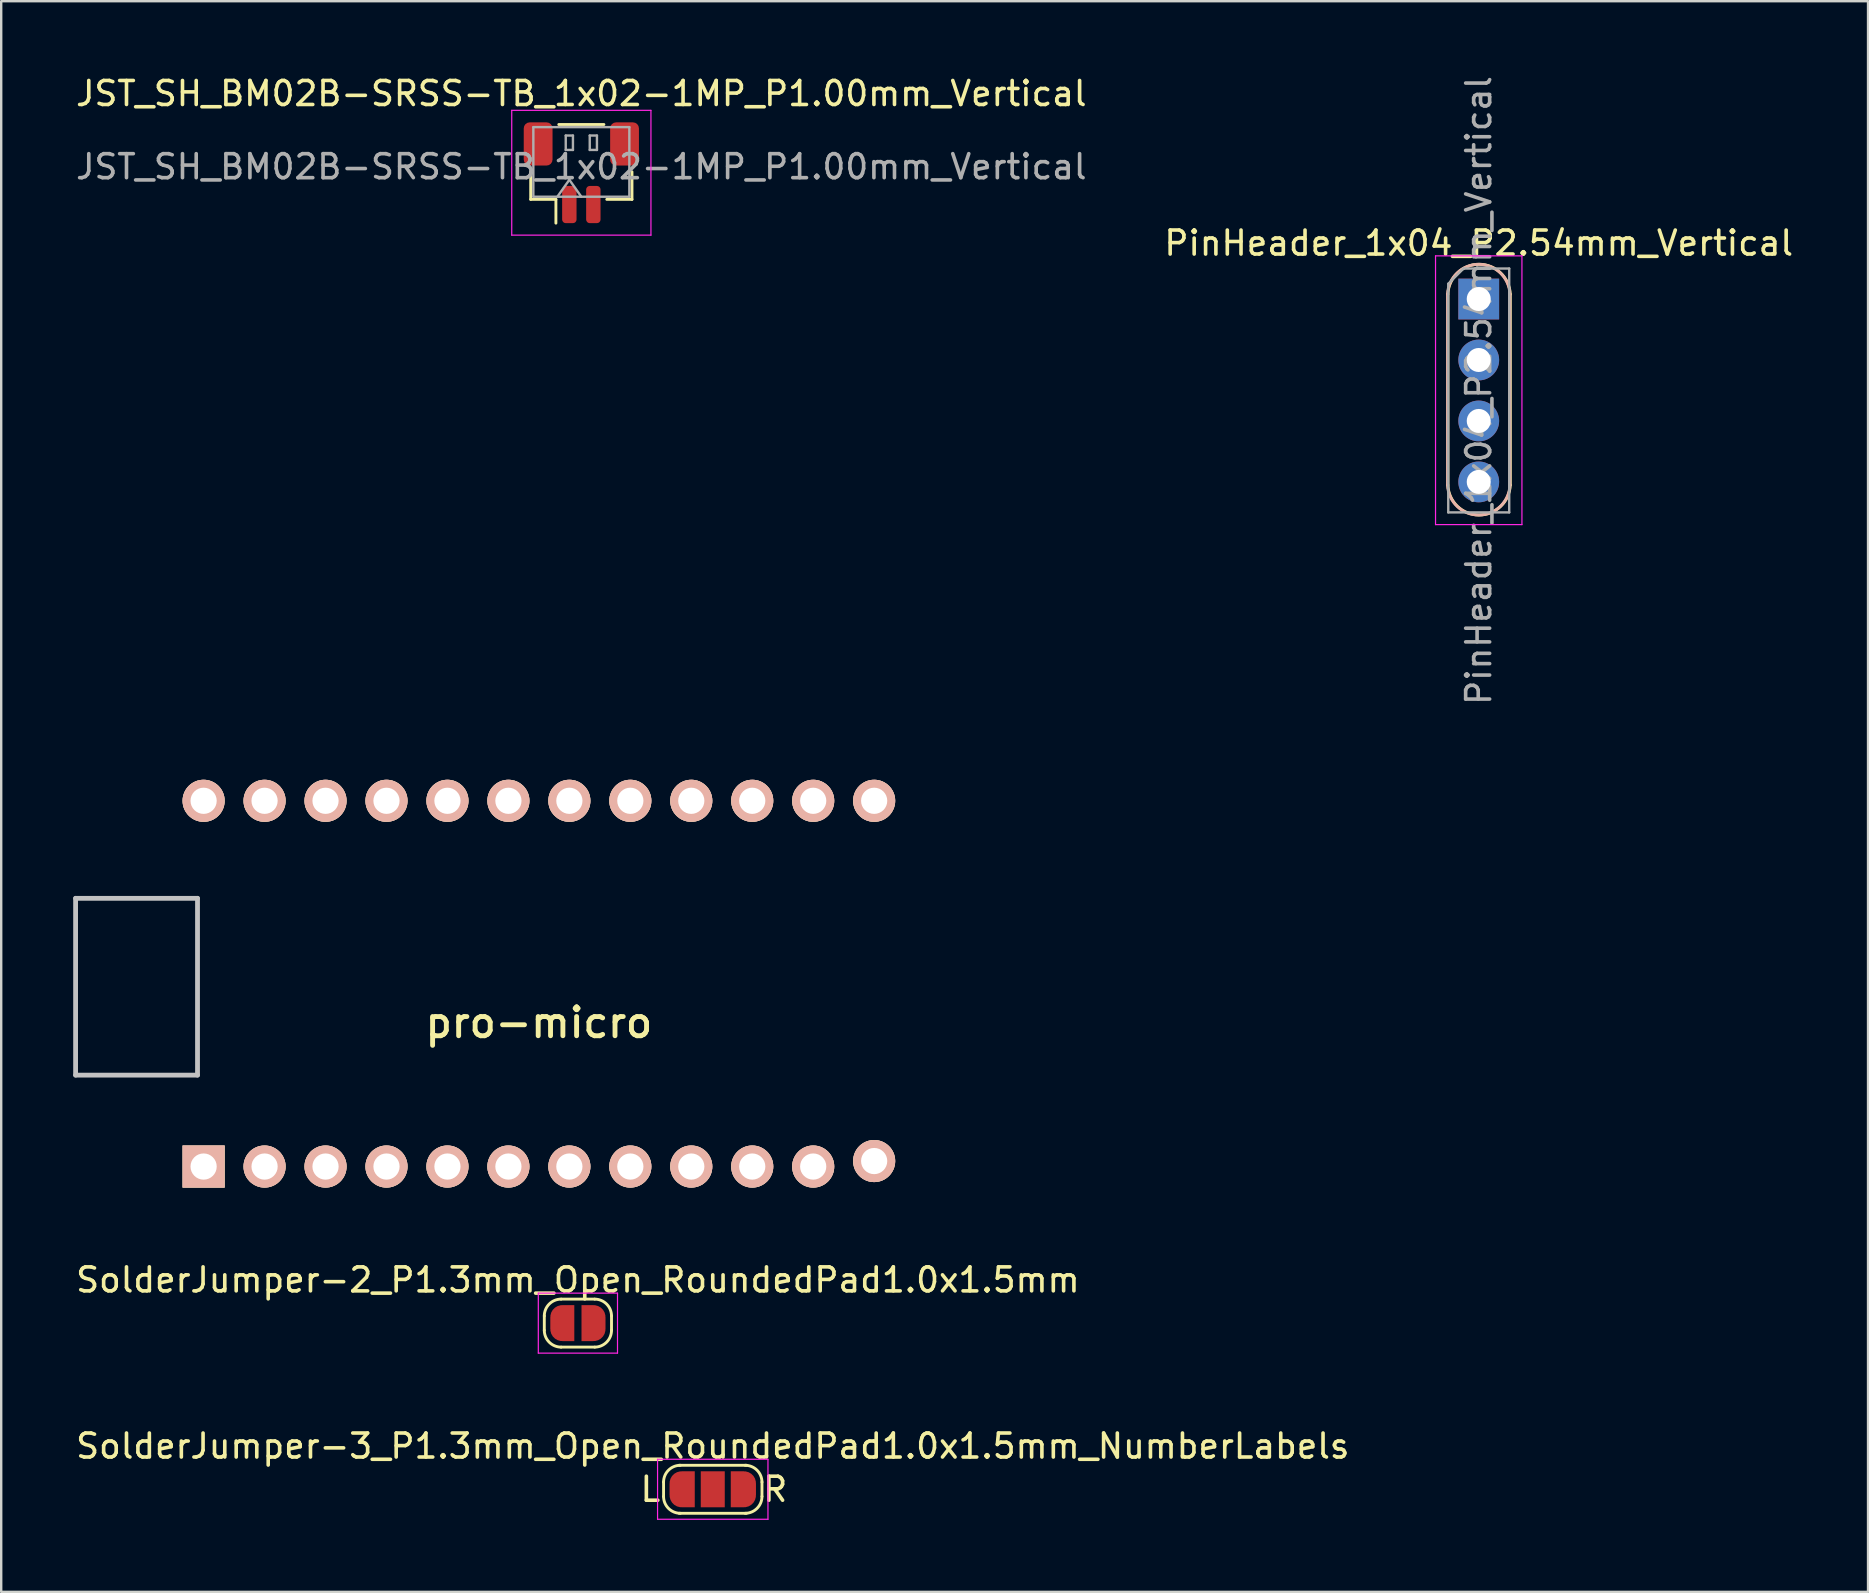
<source format=kicad_pcb>
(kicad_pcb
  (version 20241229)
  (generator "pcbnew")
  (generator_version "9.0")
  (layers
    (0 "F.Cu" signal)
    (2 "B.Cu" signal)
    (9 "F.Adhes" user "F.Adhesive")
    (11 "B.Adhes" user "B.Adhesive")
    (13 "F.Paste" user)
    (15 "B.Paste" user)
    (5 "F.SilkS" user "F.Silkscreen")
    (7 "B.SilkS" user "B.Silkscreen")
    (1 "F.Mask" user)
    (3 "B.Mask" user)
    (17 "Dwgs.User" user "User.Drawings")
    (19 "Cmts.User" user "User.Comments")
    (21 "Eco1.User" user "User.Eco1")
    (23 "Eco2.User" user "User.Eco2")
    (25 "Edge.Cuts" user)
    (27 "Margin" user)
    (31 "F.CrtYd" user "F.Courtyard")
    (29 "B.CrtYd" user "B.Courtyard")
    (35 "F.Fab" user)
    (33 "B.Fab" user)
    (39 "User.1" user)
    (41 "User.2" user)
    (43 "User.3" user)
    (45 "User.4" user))
  (footprint "PinHeader_1x04_P2.54mm_Vertical"
    (layer "F.Cu")
    (at 58.565 9.41)
    (property "Reference" "PinHeader_1x04_P2.54mm_Vertical" (at 0 -2.33 0) (layer "F.SilkS") (effects (font (size 1 1) (thickness 0.15))))
    (attr through_hole)
    (fp_line (start -1.285 -0.201) (end -1.285 7.75) (stroke (width 0.12) (type solid)) (layer "F.SilkS"))
    (fp_line (start 1.315 -0.199) (end 1.315 7.752) (stroke (width 0.12) (type solid)) (layer "F.SilkS"))
    (fp_arc (start -1.285344 -0.201036) (mid 0.015576 -1.45) (end 1.314577 -0.199039) (stroke (width 0.12) (type solid)) (layer "F.SilkS"))
    (fp_arc (start 1.314577 7.751997) (mid 0.013657 9.000962) (end -1.285344 7.75) (stroke (width 0.12) (type solid)) (layer "F.SilkS"))
    (fp_line (start -1.3 -0.198) (end -1.3 7.752) (stroke (width 0.12) (type solid)) (layer "B.SilkS"))
    (fp_line (start 1.3 -0.2) (end 1.3 7.75) (stroke (width 0.12) (type solid)) (layer "B.SilkS"))
    (fp_arc (start -1.299921 -0.198003) (mid -0.00092 -1.448964) (end 1.3 -0.2) (stroke (width 0.12) (type solid)) (layer "B.SilkS"))
    (fp_arc (start 1.3 7.75) (mid 0.000999 9.000962) (end -1.299921 7.751997) (stroke (width 0.12) (type solid)) (layer "B.SilkS"))
    (fp_line (start -1.8 -1.8) (end -1.8 9.4) (stroke (width 0.05) (type solid)) (layer "F.CrtYd"))
    (fp_line (start -1.8 9.4) (end 1.8 9.4) (stroke (width 0.05) (type solid)) (layer "F.CrtYd"))
    (fp_line (start 1.8 -1.8) (end -1.8 -1.8) (stroke (width 0.05) (type solid)) (layer "F.CrtYd"))
    (fp_line (start 1.8 9.4) (end 1.8 -1.8) (stroke (width 0.05) (type solid)) (layer "F.CrtYd"))
    (fp_line (start -1.27 -0.635) (end -0.635 -1.27) (stroke (width 0.1) (type solid)) (layer "F.Fab"))
    (fp_line (start -1.27 8.89) (end -1.27 -0.635) (stroke (width 0.1) (type solid)) (layer "F.Fab"))
    (fp_line (start -0.635 -1.27) (end 1.27 -1.27) (stroke (width 0.1) (type solid)) (layer "F.Fab"))
    (fp_line (start 1.27 -1.27) (end 1.27 8.89) (stroke (width 0.1) (type solid)) (layer "F.Fab"))
    (fp_line (start 1.27 8.89) (end -1.27 8.89) (stroke (width 0.1) (type solid)) (layer "F.Fab"))
    (fp_text user "${REFERENCE}" (at 0 3.81 270) (layer "F.Fab") (effects (font (size 1 1) (thickness 0.15))))
    (pad "1" thru_hole rect (at 0 0) (size 1.7 1.7) (drill 1) (layers "*.Cu" "*.Mask"))
    (pad "2" thru_hole oval (at 0 2.54) (size 1.7 1.7) (drill 1) (layers "*.Cu" "*.Mask"))
    (pad "3" thru_hole oval (at 0 5.08) (size 1.7 1.7) (drill 1) (layers "*.Cu" "*.Mask"))
    (pad "4" thru_hole oval (at 0 7.62) (size 1.7 1.7) (drill 1) (layers "*.Cu" "*.Mask")))
  (footprint "pro-micro"
    (layer "F.Cu")
    (at 19.404 37.937)
    (property "Reference" "pro-micro" (at 0 1.625 0) (layer "F.SilkS") (effects (font (size 1.2 1.2) (thickness 0.203))))
    (attr through_hole)
    (fp_line (start -19.304 -3.556) (end -14.224 -3.556) (stroke (width 0.2) (type solid)) (layer "Dwgs.User"))
    (fp_line (start -19.304 3.81) (end -19.304 -3.556) (stroke (width 0.2) (type solid)) (layer "Dwgs.User"))
    (fp_line (start -14.224 -3.556) (end -14.224 3.81) (stroke (width 0.2) (type solid)) (layer "Dwgs.User"))
    (fp_line (start -14.224 3.81) (end -19.304 3.81) (stroke (width 0.2) (type solid)) (layer "Dwgs.User"))
    (pad "1" thru_hole rect (at -13.97 7.62) (size 1.753 1.753) (drill 1.092) (layers "*.Cu" "*.SilkS" "*.Mask"))
    (pad "2" thru_hole circle (at -11.43 7.62) (size 1.753 1.753) (drill 1.092) (layers "*.Cu" "*.SilkS" "*.Mask"))
    (pad "3" thru_hole circle (at -8.89 7.62) (size 1.753 1.753) (drill 1.092) (layers "*.Cu" "*.SilkS" "*.Mask"))
    (pad "4" thru_hole circle (at -6.35 7.62) (size 1.753 1.753) (drill 1.092) (layers "*.Cu" "*.SilkS" "*.Mask"))
    (pad "5" thru_hole circle (at -3.81 7.62) (size 1.753 1.753) (drill 1.092) (layers "*.Cu" "*.SilkS" "*.Mask"))
    (pad "6" thru_hole circle (at -1.27 7.62) (size 1.753 1.753) (drill 1.092) (layers "*.Cu" "*.SilkS" "*.Mask"))
    (pad "7" thru_hole circle (at 1.27 7.62) (size 1.753 1.753) (drill 1.092) (layers "*.Cu" "*.SilkS" "*.Mask"))
    (pad "8" thru_hole circle (at 3.81 7.62) (size 1.753 1.753) (drill 1.092) (layers "*.Cu" "*.SilkS" "*.Mask"))
    (pad "9" thru_hole circle (at 6.35 7.62) (size 1.753 1.753) (drill 1.092) (layers "*.Cu" "*.SilkS" "*.Mask"))
    (pad "10" thru_hole circle (at 8.89 7.62) (size 1.753 1.753) (drill 1.092) (layers "*.Cu" "*.SilkS" "*.Mask"))
    (pad "11" thru_hole circle (at 11.43 7.62) (size 1.753 1.753) (drill 1.092) (layers "*.Cu" "*.SilkS" "*.Mask"))
    (pad "12" thru_hole circle (at 13.97 7.391) (size 1.753 1.753) (drill 1.092) (layers "*.Cu" "*.SilkS" "*.Mask"))
    (pad "13" thru_hole circle (at 13.97 -7.62) (size 1.753 1.753) (drill 1.092) (layers "*.Cu" "*.SilkS" "*.Mask"))
    (pad "14" thru_hole circle (at 11.43 -7.62) (size 1.753 1.753) (drill 1.092) (layers "*.Cu" "*.SilkS" "*.Mask"))
    (pad "15" thru_hole circle (at 8.89 -7.62) (size 1.753 1.753) (drill 1.092) (layers "*.Cu" "*.SilkS" "*.Mask"))
    (pad "16" thru_hole circle (at 6.35 -7.62) (size 1.753 1.753) (drill 1.092) (layers "*.Cu" "*.SilkS" "*.Mask"))
    (pad "17" thru_hole circle (at 3.81 -7.62) (size 1.753 1.753) (drill 1.092) (layers "*.Cu" "*.SilkS" "*.Mask"))
    (pad "18" thru_hole circle (at 1.27 -7.62) (size 1.753 1.753) (drill 1.092) (layers "*.Cu" "*.SilkS" "*.Mask"))
    (pad "19" thru_hole circle (at -1.27 -7.62) (size 1.753 1.753) (drill 1.092) (layers "*.Cu" "*.SilkS" "*.Mask"))
    (pad "20" thru_hole circle (at -3.81 -7.62) (size 1.753 1.753) (drill 1.092) (layers "*.Cu" "*.SilkS" "*.Mask"))
    (pad "21" thru_hole circle (at -6.35 -7.62) (size 1.753 1.753) (drill 1.092) (layers "*.Cu" "*.SilkS" "*.Mask"))
    (pad "22" thru_hole circle (at -8.89 -7.62) (size 1.753 1.753) (drill 1.092) (layers "*.Cu" "*.SilkS" "*.Mask"))
    (pad "23" thru_hole circle (at -11.43 -7.62) (size 1.753 1.753) (drill 1.092) (layers "*.Cu" "*.SilkS" "*.Mask"))
    (pad "24" thru_hole circle (at -13.97 -7.62) (size 1.753 1.753) (drill 1.092) (layers "*.Cu" "*.SilkS" "*.Mask")))
  (footprint "JST_SH_BM02B-SRSS-TB_1x02-1MP_P1.00mm_Vertical"
    (layer "F.Cu")
    (at 21.173 4.148)
    (property "Reference" "JST_SH_BM02B-SRSS-TB_1x02-1MP_P1.00mm_Vertical" (at 0 -3.3 0) (layer "F.SilkS") (effects (font (size 1 1) (thickness 0.15))))
    (attr smd)
    (fp_line (start -2.11 -0.04) (end -2.11 1.11) (stroke (width 0.12) (type solid)) (layer "F.SilkS"))
    (fp_line (start -2.11 1.11) (end -1.06 1.11) (stroke (width 0.12) (type solid)) (layer "F.SilkS"))
    (fp_line (start -1.06 1.11) (end -1.06 2.1) (stroke (width 0.12) (type solid)) (layer "F.SilkS"))
    (fp_line (start -0.94 -2.01) (end 0.94 -2.01) (stroke (width 0.12) (type solid)) (layer "F.SilkS"))
    (fp_line (start 2.11 -0.04) (end 2.11 1.11) (stroke (width 0.12) (type solid)) (layer "F.SilkS"))
    (fp_line (start 2.11 1.11) (end 1.06 1.11) (stroke (width 0.12) (type solid)) (layer "F.SilkS"))
    (fp_line (start -2.9 -2.6) (end -2.9 2.6) (stroke (width 0.05) (type solid)) (layer "F.CrtYd"))
    (fp_line (start -2.9 2.6) (end 2.9 2.6) (stroke (width 0.05) (type solid)) (layer "F.CrtYd"))
    (fp_line (start 2.9 -2.6) (end -2.9 -2.6) (stroke (width 0.05) (type solid)) (layer "F.CrtYd"))
    (fp_line (start 2.9 2.6) (end 2.9 -2.6) (stroke (width 0.05) (type solid)) (layer "F.CrtYd"))
    (fp_line (start -2 -1.9) (end 2 -1.9) (stroke (width 0.1) (type solid)) (layer "F.Fab"))
    (fp_line (start -2 1) (end -2 -1.9) (stroke (width 0.1) (type solid)) (layer "F.Fab"))
    (fp_line (start -2 1) (end 2 1) (stroke (width 0.1) (type solid)) (layer "F.Fab"))
    (fp_line (start -1 1) (end -0.5 0.293) (stroke (width 0.1) (type solid)) (layer "F.Fab"))
    (fp_line (start -0.65 -1.55) (end -0.65 -0.95) (stroke (width 0.1) (type solid)) (layer "F.Fab"))
    (fp_line (start -0.65 -0.95) (end -0.35 -0.95) (stroke (width 0.1) (type solid)) (layer "F.Fab"))
    (fp_line (start -0.5 0.293) (end 0 1) (stroke (width 0.1) (type solid)) (layer "F.Fab"))
    (fp_line (start -0.35 -1.55) (end -0.65 -1.55) (stroke (width 0.1) (type solid)) (layer "F.Fab"))
    (fp_line (start -0.35 -0.95) (end -0.35 -1.55) (stroke (width 0.1) (type solid)) (layer "F.Fab"))
    (fp_line (start 0.35 -1.55) (end 0.35 -0.95) (stroke (width 0.1) (type solid)) (layer "F.Fab"))
    (fp_line (start 0.35 -0.95) (end 0.65 -0.95) (stroke (width 0.1) (type solid)) (layer "F.Fab"))
    (fp_line (start 0.65 -1.55) (end 0.35 -1.55) (stroke (width 0.1) (type solid)) (layer "F.Fab"))
    (fp_line (start 0.65 -0.95) (end 0.65 -1.55) (stroke (width 0.1) (type solid)) (layer "F.Fab"))
    (fp_line (start 2 1) (end 2 -1.9) (stroke (width 0.1) (type solid)) (layer "F.Fab"))
    (fp_text user "${REFERENCE}" (at 0 -0.25 0) (layer "F.Fab") (effects (font (size 1 1) (thickness 0.15))))
    (pad "1" smd roundrect (at -0.5 1.325 180) (size 0.6 1.55) (layers "F.Cu" "F.Mask" "F.Paste") (roundrect_rratio 0.25))
    (pad "2" smd roundrect (at 0.5 1.325 180) (size 0.6 1.55) (layers "F.Cu" "F.Mask" "F.Paste") (roundrect_rratio 0.25))
    (pad "MP" smd roundrect (at -1.8 -1.2 180) (size 1.2 1.8) (layers "F.Cu" "F.Mask" "F.Paste") (roundrect_rratio 0.208))
    (pad "MP" smd roundrect (at 1.8 -1.2 180) (size 1.2 1.8) (layers "F.Cu" "F.Mask" "F.Paste") (roundrect_rratio 0.208)))
  (footprint "SolderJumper-2_P1.3mm_Open_RoundedPad1.0x1.5mm"
    (layer "F.Cu")
    (at 21.03 52.081)
    (property "Reference" "SolderJumper-2_P1.3mm_Open_RoundedPad1.0x1.5mm" (at 0 -1.8 180) (layer "F.SilkS") (effects (font (size 1 1) (thickness 0.15))))
    (attr exclude_from_pos_files)
    (fp_line (start -1.4 0.3) (end -1.4 -0.3) (stroke (width 0.12) (type solid)) (layer "F.SilkS"))
    (fp_line (start -0.7 -1) (end 0.7 -1) (stroke (width 0.12) (type solid)) (layer "F.SilkS"))
    (fp_line (start 0.7 1) (end -0.7 1) (stroke (width 0.12) (type solid)) (layer "F.SilkS"))
    (fp_line (start 1.4 -0.3) (end 1.4 0.3) (stroke (width 0.12) (type solid)) (layer "F.SilkS"))
    (fp_arc (start -1.4 -0.3) (mid -1.194975 -0.794975) (end -0.7 -1) (stroke (width 0.12) (type solid)) (layer "F.SilkS"))
    (fp_arc (start -0.7 1) (mid -1.194975 0.794975) (end -1.4 0.3) (stroke (width 0.12) (type solid)) (layer "F.SilkS"))
    (fp_arc (start 0.7 -1) (mid 1.194975 -0.794975) (end 1.4 -0.3) (stroke (width 0.12) (type solid)) (layer "F.SilkS"))
    (fp_arc (start 1.4 0.3) (mid 1.194975 0.794975) (end 0.7 1) (stroke (width 0.12) (type solid)) (layer "F.SilkS"))
    (fp_line (start -1.65 -1.25) (end -1.65 1.25) (stroke (width 0.05) (type solid)) (layer "F.CrtYd"))
    (fp_line (start -1.65 -1.25) (end 1.65 -1.25) (stroke (width 0.05) (type solid)) (layer "F.CrtYd"))
    (fp_line (start 1.65 1.25) (end -1.65 1.25) (stroke (width 0.05) (type solid)) (layer "F.CrtYd"))
    (fp_line (start 1.65 1.25) (end 1.65 -1.25) (stroke (width 0.05) (type solid)) (layer "F.CrtYd"))
    (pad "1" smd custom (at -0.65 0) (size 1 0.5) (layers "F.Cu" "F.Mask") (options (anchor rect)) (primitives (gr_circle (center 0 0.25) (end 0.5 0.25) (width 0) (fill yes)) (gr_circle (center 0 -0.25) (end 0.5 -0.25) (width 0) (fill yes)) (gr_poly (pts (xy 0.5 0.75) (xy 0 0.75) (xy 0 -0.75) (xy 0.5 -0.75)) (width 0) (fill yes))))
    (pad "2" smd custom (at 0.65 0) (size 1 0.5) (layers "F.Cu" "F.Mask") (options (anchor rect)) (primitives (gr_circle (center 0 0.25) (end 0.5 0.25) (width 0) (fill yes)) (gr_circle (center 0 -0.25) (end 0.5 -0.25) (width 0) (fill yes)) (gr_poly (pts (xy 0 0.75) (xy -0.5 0.75) (xy -0.5 -0.75) (xy 0 -0.75)) (width 0) (fill yes)))))
  (footprint "SolderJumper-3_P1.3mm_Open_RoundedPad1.0x1.5mm_NumberLabels"
    (layer "F.Cu")
    (at 26.649 59.005)
    (property "Reference" "SolderJumper-3_P1.3mm_Open_RoundedPad1.0x1.5mm_NumberLabels" (at 0 -1.8 0) (layer "F.SilkS") (effects (font (size 1 1) (thickness 0.15))))
    (attr exclude_from_pos_files)
    (fp_line (start -2.05 0.3) (end -2.05 -0.3) (stroke (width 0.12) (type solid)) (layer "F.SilkS"))
    (fp_line (start -1.4 -1) (end 1.4 -1) (stroke (width 0.12) (type solid)) (layer "F.SilkS"))
    (fp_line (start 1.4 1) (end -1.4 1) (stroke (width 0.12) (type solid)) (layer "F.SilkS"))
    (fp_line (start 2.05 -0.3) (end 2.05 0.3) (stroke (width 0.12) (type solid)) (layer "F.SilkS"))
    (fp_arc (start -2.05 -0.3) (mid -1.844975 -0.794975) (end -1.35 -1) (stroke (width 0.12) (type solid)) (layer "F.SilkS"))
    (fp_arc (start -1.35 1) (mid -1.844975 0.794975) (end -2.05 0.3) (stroke (width 0.12) (type solid)) (layer "F.SilkS"))
    (fp_arc (start 1.35 -1) (mid 1.844975 -0.794975) (end 2.05 -0.3) (stroke (width 0.12) (type solid)) (layer "F.SilkS"))
    (fp_arc (start 2.05 0.3) (mid 1.844975 0.794975) (end 1.35 1) (stroke (width 0.12) (type solid)) (layer "F.SilkS"))
    (fp_line (start -2.3 -1.25) (end -2.3 1.25) (stroke (width 0.05) (type solid)) (layer "F.CrtYd"))
    (fp_line (start -2.3 -1.25) (end 2.3 -1.25) (stroke (width 0.05) (type solid)) (layer "F.CrtYd"))
    (fp_line (start 2.3 1.25) (end -2.3 1.25) (stroke (width 0.05) (type solid)) (layer "F.CrtYd"))
    (fp_line (start 2.3 1.25) (end 2.3 -1.25) (stroke (width 0.05) (type solid)) (layer "F.CrtYd"))
    (fp_text user "R" (at 2.6 0 0) (layer "F.SilkS") (effects (font (size 1 1) (thickness 0.15))))
    (fp_text user "L" (at -2.6 0 0) (layer "F.SilkS") (effects (font (size 1 1) (thickness 0.15))))
    (pad "1" smd custom (at -1.3 0) (size 1 0.5) (layers "F.Cu" "F.Mask") (options (anchor rect)) (primitives (gr_circle (center 0 0.25) (end 0.5 0.25) (width 0) (fill yes)) (gr_circle (center 0 -0.25) (end 0.5 -0.25) (width 0) (fill yes)) (gr_poly (pts (xy 0.55 0.75) (xy 0 0.75) (xy 0 -0.75) (xy 0.55 -0.75)) (width 0) (fill yes))))
    (pad "2" smd rect (at 0 0) (size 1 1.5) (layers "F.Cu" "F.Mask"))
    (pad "3" smd custom (at 1.3 0) (size 1 0.5) (layers "F.Cu" "F.Mask") (options (anchor rect)) (primitives (gr_circle (center 0 0.25) (end 0.5 0.25) (width 0) (fill yes)) (gr_circle (center 0 -0.25) (end 0.5 -0.25) (width 0) (fill yes)) (gr_poly (pts (xy 0 0.75) (xy -0.55 0.75) (xy -0.55 -0.75) (xy 0 -0.75)) (width 0) (fill yes)))))
  (gr_rect
    (start -3 -3)
    (end 74.786 63.28)
    (stroke (width 0.1) (type default))
    (fill no)
    (layer "Edge.Cuts")))
</source>
